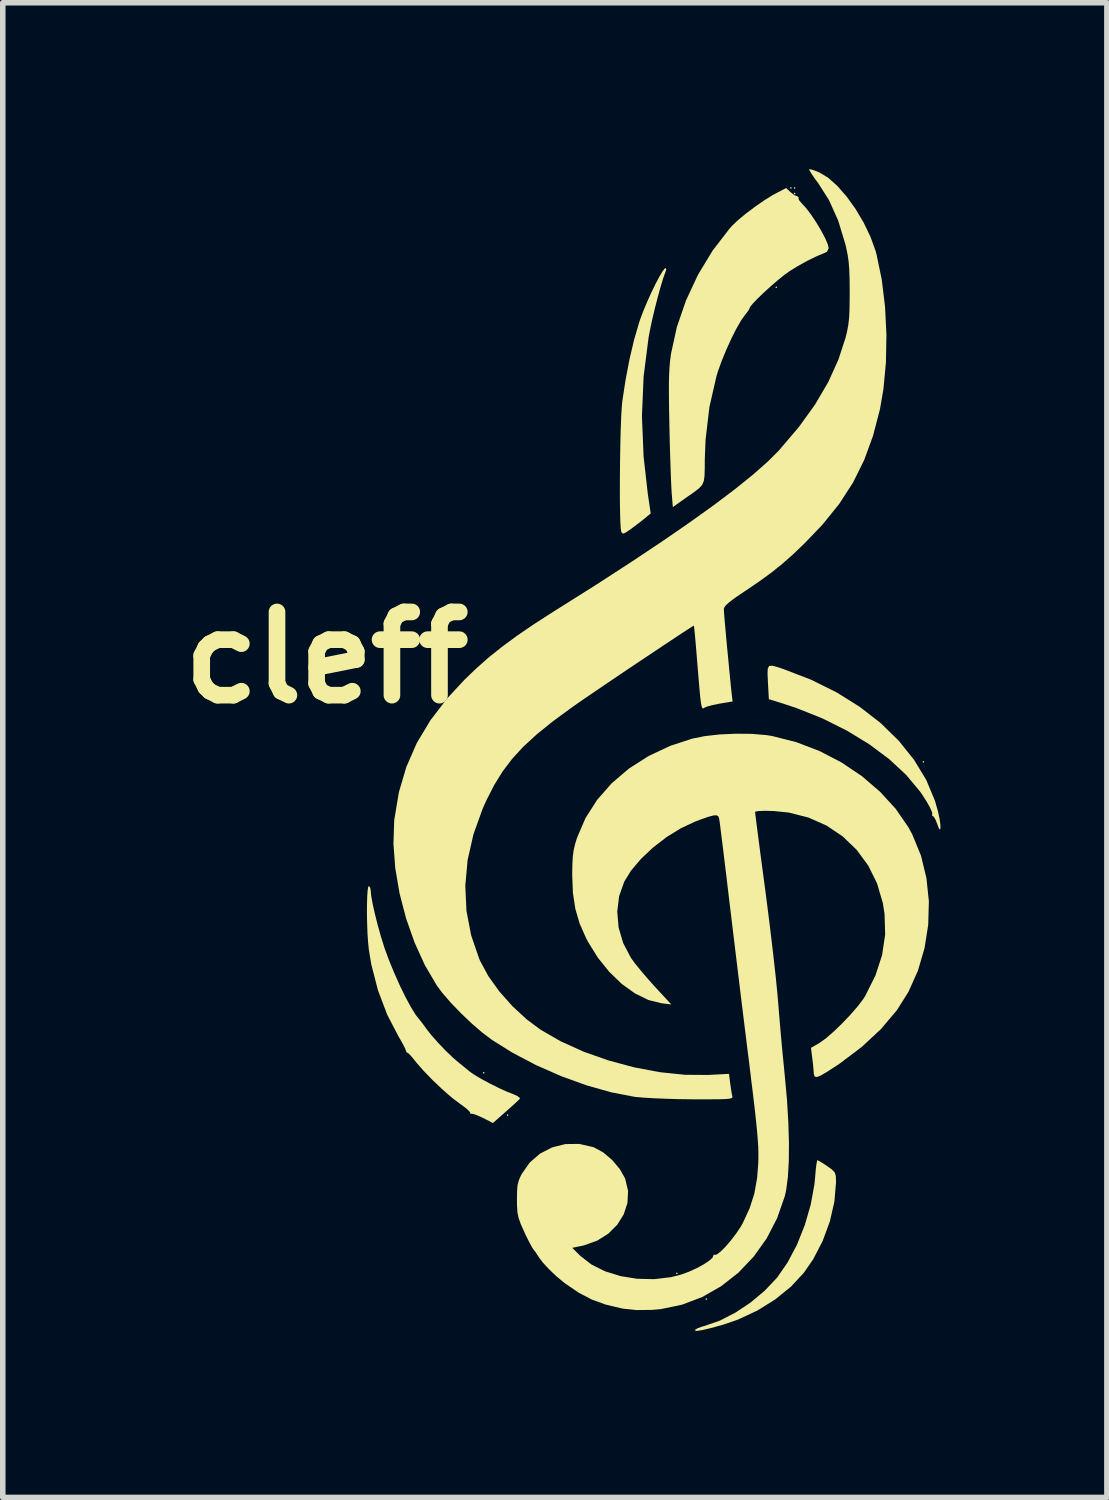
<source format=kicad_pcb>
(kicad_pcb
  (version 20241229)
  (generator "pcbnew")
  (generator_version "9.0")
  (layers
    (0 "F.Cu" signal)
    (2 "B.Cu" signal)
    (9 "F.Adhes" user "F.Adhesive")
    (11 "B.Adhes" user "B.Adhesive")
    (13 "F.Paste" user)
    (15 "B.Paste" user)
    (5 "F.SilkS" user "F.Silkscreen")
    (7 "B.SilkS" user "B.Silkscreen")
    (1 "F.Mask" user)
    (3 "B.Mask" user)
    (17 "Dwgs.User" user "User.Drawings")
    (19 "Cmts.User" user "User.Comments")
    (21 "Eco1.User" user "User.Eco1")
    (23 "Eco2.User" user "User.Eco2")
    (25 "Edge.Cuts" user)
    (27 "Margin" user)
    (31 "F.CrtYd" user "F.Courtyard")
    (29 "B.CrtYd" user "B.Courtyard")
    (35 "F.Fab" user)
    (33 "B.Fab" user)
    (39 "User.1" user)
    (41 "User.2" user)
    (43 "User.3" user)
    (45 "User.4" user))
  (footprint "cleff"
    (layer "F.Cu")
    (at 8.836 10.302)
    (property "Reference" "cleff" (at -6 -1.5 0) (layer "F.SilkS") (effects (font (size 1.5 1.5) (thickness 0.3))))
    (attr board_only exclude_from_pos_files exclude_from_bom)
    (fp_poly (pts (xy -3.15 5.985) (xy -3.167 6.002) (xy -3.183 5.985) (xy -3.167 5.969)) (stroke (width 0) (type solid)) (fill yes) (layer "F.SilkS"))
    (fp_poly (pts (xy -2.719 6.748) (xy -2.736 6.764) (xy -2.752 6.748) (xy -2.736 6.731)) (stroke (width 0) (type solid)) (fill yes) (layer "F.SilkS"))
    (fp_poly (pts (xy 0.332 9.6) (xy 0.315 9.616) (xy 0.298 9.6) (xy 0.315 9.583)) (stroke (width 0) (type solid)) (fill yes) (layer "F.SilkS"))
    (fp_poly (pts (xy 0.862 10.064) (xy 0.846 10.08) (xy 0.829 10.064) (xy 0.846 10.047)) (stroke (width 0) (type solid)) (fill yes) (layer "F.SilkS"))
    (fp_poly (pts (xy 2.122 -8.174) (xy 2.106 -8.157) (xy 2.089 -8.174) (xy 2.106 -8.19)) (stroke (width 0) (type solid)) (fill yes) (layer "F.SilkS"))
    (fp_poly (pts (xy 2.387 -9.964) (xy 2.371 -9.948) (xy 2.354 -9.964) (xy 2.371 -9.981)) (stroke (width 0) (type solid)) (fill yes) (layer "F.SilkS"))
    (fp_poly (pts (xy 2.454 -9.964) (xy 2.437 -9.948) (xy 2.421 -9.964) (xy 2.437 -9.981)) (stroke (width 0) (type solid)) (fill yes) (layer "F.SilkS"))
    (fp_poly (pts (xy 2.454 -9.865) (xy 2.437 -9.848) (xy 2.421 -9.865) (xy 2.437 -9.881)) (stroke (width 0) (type solid)) (fill yes) (layer "F.SilkS"))
    (fp_poly (pts (xy 4.775 0.381) (xy 4.758 0.398) (xy 4.742 0.381) (xy 4.758 0.365)) (stroke (width 0) (type solid)) (fill yes) (layer "F.SilkS"))
    (fp_poly (pts (xy 2.134 -1.326) (xy 2.233 -1.293) (xy 2.732 -1.101) (xy 3.194 -0.872) (xy 3.614 -0.609) (xy 3.99 -0.317) (xy 4.316 0.002) (xy 4.59 0.344) (xy 4.809 0.705) (xy 4.967 1.083) (xy 5.023 1.28) (xy 5.05 1.408) (xy 5.064 1.509) (xy 5.066 1.577) (xy 5.057 1.603) (xy 5.037 1.58) (xy 5.008 1.5) (xy 4.974 1.416) (xy 4.941 1.365) (xy 4.93 1.36) (xy 4.912 1.345) (xy 4.917 1.339) (xy 4.917 1.296) (xy 4.881 1.211) (xy 4.816 1.095) (xy 4.728 0.959) (xy 4.695 0.912) (xy 4.447 0.615) (xy 4.141 0.331) (xy 3.783 0.064) (xy 3.382 -0.181) (xy 2.944 -0.4) (xy 2.476 -0.587) (xy 2.255 -0.661) (xy 1.973 -0.749) (xy 1.956 -1.055) (xy 1.949 -1.207) (xy 1.953 -1.302) (xy 1.978 -1.348) (xy 2.035 -1.353)) (stroke (width 0) (type solid)) (fill yes) (layer "F.SilkS"))
    (fp_poly (pts (xy 2.883 7.578) (xy 2.956 7.622) (xy 3.025 7.668) (xy 3.114 7.732) (xy 3.161 7.783) (xy 3.18 7.846) (xy 3.183 7.945) (xy 3.183 7.96) (xy 3.154 8.307) (xy 3.072 8.665) (xy 2.942 9.018) (xy 2.77 9.349) (xy 2.603 9.59) (xy 2.371 9.84) (xy 2.087 10.07) (xy 1.765 10.271) (xy 1.418 10.433) (xy 1.154 10.524) (xy 0.933 10.585) (xy 0.774 10.623) (xy 0.676 10.638) (xy 0.639 10.63) (xy 0.641 10.62) (xy 0.683 10.592) (xy 0.767 10.561) (xy 0.82 10.546) (xy 1.088 10.453) (xy 1.368 10.309) (xy 1.643 10.126) (xy 1.897 9.914) (xy 2.116 9.683) (xy 2.122 9.676) (xy 2.311 9.403) (xy 2.48 9.083) (xy 2.62 8.731) (xy 2.727 8.363) (xy 2.794 7.997) (xy 2.808 7.851) (xy 2.819 7.721) (xy 2.832 7.622) (xy 2.843 7.567) (xy 2.848 7.56)) (stroke (width 0) (type solid)) (fill yes) (layer "F.SilkS"))
    (fp_poly (pts (xy 0.124 -8.497) (xy 0.114 -8.464) (xy 0.074 -8.354) (xy 0.025 -8.195) (xy -0.028 -8.003) (xy -0.082 -7.794) (xy -0.132 -7.583) (xy -0.173 -7.388) (xy -0.195 -7.27) (xy -0.285 -6.564) (xy -0.315 -5.85) (xy -0.285 -5.121) (xy -0.211 -4.463) (xy -0.157 -4.098) (xy -0.263 -4.009) (xy -0.355 -3.936) (xy -0.467 -3.852) (xy -0.516 -3.815) (xy -0.602 -3.756) (xy -0.65 -3.734) (xy -0.675 -3.745) (xy -0.688 -3.77) (xy -0.697 -3.826) (xy -0.704 -3.939) (xy -0.709 -4.099) (xy -0.712 -4.296) (xy -0.713 -4.52) (xy -0.712 -4.762) (xy -0.71 -5.013) (xy -0.706 -5.261) (xy -0.701 -5.499) (xy -0.694 -5.715) (xy -0.686 -5.901) (xy -0.676 -6.046) (xy -0.669 -6.118) (xy -0.611 -6.499) (xy -0.54 -6.873) (xy -0.458 -7.222) (xy -0.369 -7.528) (xy -0.347 -7.595) (xy -0.29 -7.747) (xy -0.221 -7.911) (xy -0.147 -8.076) (xy -0.072 -8.23) (xy -0.003 -8.362) (xy 0.056 -8.461) (xy 0.098 -8.515) (xy 0.111 -8.522)) (stroke (width 0) (type solid)) (fill yes) (layer "F.SilkS"))
    (fp_poly (pts (xy -5.213 2.648) (xy -5.205 2.694) (xy -5.195 2.796) (xy -5.168 2.945) (xy -5.127 3.127) (xy -5.077 3.325) (xy -5.021 3.525) (xy -4.963 3.712) (xy -4.954 3.739) (xy -4.872 3.962) (xy -4.777 4.192) (xy -4.676 4.418) (xy -4.574 4.626) (xy -4.477 4.805) (xy -4.391 4.943) (xy -4.335 5.014) (xy -4.292 5.067) (xy -4.231 5.149) (xy -4.207 5.184) (xy -4.116 5.3) (xy -3.993 5.44) (xy -3.856 5.584) (xy -3.721 5.713) (xy -3.636 5.786) (xy -3.539 5.865) (xy -3.446 5.941) (xy -3.423 5.961) (xy -3.335 6.022) (xy -3.205 6.099) (xy -3.05 6.182) (xy -2.889 6.262) (xy -2.741 6.329) (xy -2.65 6.364) (xy -2.565 6.401) (xy -2.518 6.436) (xy -2.514 6.451) (xy -2.548 6.486) (xy -2.619 6.552) (xy -2.716 6.639) (xy -2.769 6.686) (xy -3.001 6.89) (xy -3.184 6.797) (xy -3.285 6.751) (xy -3.363 6.725) (xy -3.399 6.723) (xy -3.414 6.724) (xy -3.407 6.715) (xy -3.421 6.685) (xy -3.478 6.63) (xy -3.569 6.562) (xy -3.59 6.547) (xy -3.739 6.435) (xy -3.91 6.286) (xy -4.087 6.118) (xy -4.252 5.948) (xy -4.387 5.793) (xy -4.41 5.763) (xy -4.476 5.683) (xy -4.526 5.633) (xy -4.546 5.622) (xy -4.564 5.608) (xy -4.566 5.594) (xy -4.583 5.548) (xy -4.626 5.463) (xy -4.687 5.356) (xy -4.698 5.339) (xy -4.906 4.939) (xy -5.073 4.499) (xy -5.193 4.033) (xy -5.237 3.769) (xy -5.251 3.636) (xy -5.262 3.475) (xy -5.268 3.3) (xy -5.272 3.122) (xy -5.271 2.954) (xy -5.267 2.808) (xy -5.259 2.696) (xy -5.248 2.631) (xy -5.239 2.62)) (stroke (width 0) (type solid)) (fill yes) (layer "F.SilkS"))
    (fp_poly (pts (xy 2.363 -9.889) (xy 2.429 -9.837) (xy 2.482 -9.815) (xy 2.483 -9.815) (xy 2.51 -9.798) (xy 2.506 -9.786) (xy 2.515 -9.746) (xy 2.557 -9.696) (xy 2.64 -9.606) (xy 2.734 -9.483) (xy 2.829 -9.34) (xy 2.917 -9.193) (xy 2.989 -9.056) (xy 3.037 -8.943) (xy 3.051 -8.878) (xy 3.023 -8.818) (xy 2.993 -8.799) (xy 2.841 -8.737) (xy 2.66 -8.648) (xy 2.474 -8.544) (xy 2.344 -8.463) (xy 2.247 -8.393) (xy 2.131 -8.299) (xy 2.007 -8.192) (xy 1.884 -8.08) (xy 1.775 -7.975) (xy 1.688 -7.885) (xy 1.636 -7.821) (xy 1.625 -7.797) (xy 1.605 -7.756) (xy 1.555 -7.69) (xy 1.541 -7.673) (xy 1.47 -7.573) (xy 1.385 -7.424) (xy 1.294 -7.243) (xy 1.204 -7.044) (xy 1.121 -6.842) (xy 1.053 -6.653) (xy 1.028 -6.57) (xy 0.901 -6.014) (xy 0.832 -5.426) (xy 0.818 -5.083) (xy 0.817 -4.902) (xy 0.813 -4.773) (xy 0.8 -4.681) (xy 0.77 -4.612) (xy 0.716 -4.552) (xy 0.632 -4.486) (xy 0.509 -4.401) (xy 0.461 -4.367) (xy 0.242 -4.212) (xy 0.221 -4.469) (xy 0.215 -4.57) (xy 0.208 -4.726) (xy 0.201 -4.925) (xy 0.193 -5.156) (xy 0.186 -5.408) (xy 0.18 -5.669) (xy 0.18 -5.687) (xy 0.174 -5.991) (xy 0.171 -6.238) (xy 0.171 -6.44) (xy 0.175 -6.605) (xy 0.183 -6.743) (xy 0.194 -6.865) (xy 0.21 -6.98) (xy 0.315 -7.46) (xy 0.48 -7.938) (xy 0.696 -8.401) (xy 0.959 -8.835) (xy 1.261 -9.227) (xy 1.308 -9.28) (xy 1.411 -9.379) (xy 1.554 -9.498) (xy 1.719 -9.622) (xy 1.887 -9.739) (xy 2.041 -9.835) (xy 2.095 -9.864) (xy 2.284 -9.963)) (stroke (width 0) (type solid)) (fill yes) (layer "F.SilkS"))
    (fp_poly (pts (xy 2.734 -10.298) (xy 2.811 -10.273) (xy 2.882 -10.244) (xy 3.042 -10.148) (xy 3.21 -9.998) (xy 3.377 -9.806) (xy 3.538 -9.582) (xy 3.682 -9.338) (xy 3.804 -9.085) (xy 3.895 -8.834) (xy 3.914 -8.765) (xy 4.008 -8.311) (xy 4.067 -7.823) (xy 4.092 -7.319) (xy 4.083 -6.819) (xy 4.038 -6.34) (xy 3.976 -5.979) (xy 3.851 -5.498) (xy 3.691 -5.06) (xy 3.49 -4.654) (xy 3.241 -4.269) (xy 2.939 -3.895) (xy 2.615 -3.557) (xy 2.409 -3.36) (xy 2.22 -3.193) (xy 2.029 -3.039) (xy 1.82 -2.886) (xy 1.573 -2.717) (xy 1.531 -2.69) (xy 1.372 -2.582) (xy 1.263 -2.501) (xy 1.197 -2.441) (xy 1.166 -2.396) (xy 1.161 -2.371) (xy 1.164 -2.32) (xy 1.172 -2.215) (xy 1.185 -2.067) (xy 1.201 -1.889) (xy 1.219 -1.692) (xy 1.239 -1.488) (xy 1.258 -1.288) (xy 1.276 -1.105) (xy 1.291 -0.951) (xy 1.304 -0.836) (xy 1.305 -0.826) (xy 1.319 -0.708) (xy 1.079 -0.668) (xy 0.957 -0.643) (xy 0.859 -0.616) (xy 0.805 -0.593) (xy 0.804 -0.591) (xy 0.788 -0.581) (xy 0.774 -0.588) (xy 0.761 -0.62) (xy 0.749 -0.683) (xy 0.736 -0.785) (xy 0.722 -0.932) (xy 0.705 -1.131) (xy 0.684 -1.388) (xy 0.681 -1.423) (xy 0.665 -1.622) (xy 0.65 -1.797) (xy 0.637 -1.937) (xy 0.627 -2.033) (xy 0.622 -2.074) (xy 0.621 -2.075) (xy 0.593 -2.059) (xy 0.516 -2.01) (xy 0.399 -1.934) (xy 0.248 -1.834) (xy 0.07 -1.716) (xy -0.128 -1.584) (xy -0.339 -1.443) (xy -0.556 -1.298) (xy -0.772 -1.152) (xy -0.98 -1.012) (xy -1.173 -0.88) (xy -1.344 -0.764) (xy -1.486 -0.666) (xy -1.592 -0.591) (xy -1.594 -0.59) (xy -1.931 -0.342) (xy -2.215 -0.112) (xy -2.454 0.108) (xy -2.656 0.328) (xy -2.829 0.557) (xy -2.981 0.803) (xy -3.119 1.075) (xy -3.185 1.222) (xy -3.352 1.686) (xy -3.457 2.15) (xy -3.499 2.612) (xy -3.478 3.066) (xy -3.393 3.509) (xy -3.246 3.936) (xy -3.231 3.97) (xy -3.084 4.242) (xy -2.886 4.518) (xy -2.65 4.784) (xy -2.389 5.025) (xy -2.143 5.208) (xy -1.779 5.418) (xy -1.368 5.604) (xy -0.923 5.761) (xy -0.46 5.886) (xy 0.005 5.974) (xy 0.459 6.021) (xy 0.886 6.024) (xy 0.901 6.023) (xy 1.254 6.004) (xy 1.276 6.177) (xy 1.292 6.288) (xy 1.307 6.377) (xy 1.314 6.408) (xy 1.316 6.427) (xy 1.303 6.441) (xy 1.267 6.451) (xy 1.202 6.458) (xy 1.098 6.462) (xy 0.949 6.463) (xy 0.746 6.463) (xy 0.591 6.463) (xy 0.354 6.46) (xy 0.118 6.453) (xy -0.1 6.444) (xy -0.285 6.433) (xy -0.424 6.421) (xy -0.448 6.418) (xy -0.869 6.337) (xy -1.315 6.211) (xy -1.771 6.046) (xy -2.221 5.848) (xy -2.649 5.623) (xy -3.017 5.393) (xy -3.192 5.261) (xy -3.385 5.095) (xy -3.579 4.91) (xy -3.761 4.721) (xy -3.915 4.543) (xy -4.011 4.414) (xy -4.227 4.047) (xy -4.413 3.638) (xy -4.567 3.201) (xy -4.684 2.751) (xy -4.761 2.299) (xy -4.794 1.862) (xy -4.781 1.451) (xy -4.777 1.411) (xy -4.696 0.927) (xy -4.562 0.473) (xy -4.374 0.042) (xy -4.127 -0.37) (xy -3.819 -0.771) (xy -3.517 -1.096) (xy -3.3 -1.305) (xy -3.078 -1.501) (xy -2.839 -1.692) (xy -2.575 -1.887) (xy -2.275 -2.092) (xy -1.928 -2.316) (xy -1.818 -2.385) (xy -1.142 -2.811) (xy -0.525 -3.211) (xy 0.034 -3.583) (xy 0.535 -3.928) (xy 0.978 -4.245) (xy 1.362 -4.535) (xy 1.686 -4.796) (xy 1.951 -5.03) (xy 2.157 -5.236) (xy 2.163 -5.243) (xy 2.516 -5.658) (xy 2.808 -6.064) (xy 3.044 -6.467) (xy 3.228 -6.874) (xy 3.355 -7.264) (xy 3.384 -7.383) (xy 3.405 -7.496) (xy 3.419 -7.618) (xy 3.426 -7.765) (xy 3.429 -7.953) (xy 3.43 -8.091) (xy 3.428 -8.316) (xy 3.422 -8.491) (xy 3.411 -8.635) (xy 3.392 -8.763) (xy 3.365 -8.894) (xy 3.351 -8.952) (xy 3.222 -9.377) (xy 3.056 -9.746) (xy 2.867 -10.043) (xy 2.788 -10.151) (xy 2.73 -10.238) (xy 2.7 -10.292) (xy 2.698 -10.302)) (stroke (width 0) (type solid)) (fill yes) (layer "F.SilkS"))
    (fp_poly (pts (xy 1.668 -0.124) (xy 1.926 -0.102) (xy 2.033 -0.085) (xy 2.466 0.025) (xy 2.885 0.185) (xy 3.282 0.391) (xy 3.648 0.637) (xy 3.976 0.918) (xy 4.259 1.227) (xy 4.488 1.559) (xy 4.559 1.691) (xy 4.715 2.072) (xy 4.813 2.476) (xy 4.857 2.895) (xy 4.845 3.318) (xy 4.779 3.738) (xy 4.66 4.144) (xy 4.489 4.526) (xy 4.282 4.855) (xy 3.996 5.194) (xy 3.651 5.516) (xy 3.243 5.824) (xy 3.031 5.962) (xy 2.913 6.032) (xy 2.839 6.062) (xy 2.799 6.053) (xy 2.783 6.008) (xy 2.783 5.994) (xy 2.777 5.92) (xy 2.766 5.809) (xy 2.756 5.728) (xy 2.732 5.536) (xy 2.883 5.448) (xy 2.996 5.368) (xy 3.135 5.248) (xy 3.286 5.103) (xy 3.435 4.947) (xy 3.569 4.794) (xy 3.673 4.657) (xy 3.709 4.601) (xy 3.894 4.231) (xy 4.014 3.863) (xy 4.069 3.494) (xy 4.058 3.123) (xy 4.027 2.925) (xy 3.923 2.571) (xy 3.764 2.25) (xy 3.556 1.967) (xy 3.304 1.725) (xy 3.013 1.529) (xy 2.688 1.385) (xy 2.336 1.295) (xy 2.064 1.267) (xy 1.901 1.263) (xy 1.787 1.267) (xy 1.73 1.278) (xy 1.724 1.285) (xy 1.729 1.324) (xy 1.741 1.422) (xy 1.76 1.571) (xy 1.785 1.765) (xy 1.815 1.996) (xy 1.85 2.258) (xy 1.888 2.544) (xy 1.907 2.685) (xy 1.949 3.01) (xy 1.991 3.343) (xy 2.03 3.67) (xy 2.066 3.98) (xy 2.097 4.262) (xy 2.121 4.502) (xy 2.138 4.69) (xy 2.139 4.703) (xy 2.16 4.958) (xy 2.185 5.253) (xy 2.213 5.56) (xy 2.242 5.855) (xy 2.261 6.052) (xy 2.3 6.479) (xy 2.324 6.882) (xy 2.335 7.253) (xy 2.332 7.585) (xy 2.315 7.871) (xy 2.284 8.103) (xy 2.261 8.207) (xy 2.122 8.605) (xy 1.933 8.971) (xy 1.698 9.3) (xy 1.423 9.589) (xy 1.113 9.832) (xy 0.773 10.026) (xy 0.408 10.165) (xy 0.025 10.245) (xy -0.137 10.259) (xy -0.41 10.262) (xy -0.651 10.237) (xy -0.68 10.232) (xy -0.97 10.163) (xy -1.22 10.072) (xy -1.455 9.949) (xy -1.698 9.783) (xy -1.724 9.763) (xy -1.858 9.652) (xy -1.988 9.528) (xy -2.1 9.407) (xy -2.177 9.305) (xy -2.189 9.284) (xy -2.238 9.21) (xy -2.264 9.179) (xy -2.296 9.131) (xy -2.346 9.038) (xy -2.407 8.917) (xy -2.436 8.854) (xy -2.499 8.712) (xy -2.538 8.603) (xy -2.559 8.502) (xy -2.567 8.381) (xy -2.568 8.273) (xy -2.566 8.12) (xy -2.557 8.01) (xy -2.534 7.923) (xy -2.496 7.836) (xy -2.482 7.809) (xy -2.338 7.603) (xy -2.152 7.442) (xy -1.934 7.33) (xy -1.696 7.27) (xy -1.446 7.267) (xy -1.196 7.324) (xy -1.182 7.329) (xy -1.015 7.419) (xy -0.853 7.556) (xy -0.715 7.719) (xy -0.619 7.889) (xy -0.615 7.901) (xy -0.565 8.116) (xy -0.576 8.331) (xy -0.643 8.536) (xy -0.759 8.723) (xy -0.92 8.884) (xy -1.12 9.01) (xy -1.354 9.094) (xy -1.391 9.103) (xy -1.571 9.14) (xy -1.429 9.282) (xy -1.228 9.439) (xy -0.981 9.563) (xy -0.701 9.65) (xy -0.402 9.698) (xy -0.094 9.705) (xy 0.209 9.669) (xy 0.398 9.62) (xy 0.534 9.57) (xy 0.672 9.507) (xy 0.797 9.439) (xy 0.896 9.373) (xy 0.957 9.319) (xy 0.969 9.288) (xy 0.98 9.263) (xy 0.995 9.268) (xy 1.037 9.258) (xy 1.107 9.204) (xy 1.194 9.117) (xy 1.288 9.007) (xy 1.381 8.886) (xy 1.462 8.765) (xy 1.502 8.696) (xy 1.627 8.425) (xy 1.711 8.162) (xy 1.761 7.882) (xy 1.781 7.627) (xy 1.784 7.53) (xy 1.784 7.43) (xy 1.781 7.321) (xy 1.773 7.196) (xy 1.761 7.047) (xy 1.743 6.868) (xy 1.72 6.651) (xy 1.689 6.391) (xy 1.651 6.081) (xy 1.606 5.712) (xy 1.596 5.637) (xy 1.549 5.257) (xy 1.498 4.846) (xy 1.446 4.42) (xy 1.394 3.993) (xy 1.344 3.582) (xy 1.298 3.2) (xy 1.257 2.863) (xy 1.244 2.752) (xy 1.21 2.466) (xy 1.177 2.198) (xy 1.148 1.956) (xy 1.122 1.749) (xy 1.101 1.582) (xy 1.086 1.465) (xy 1.077 1.405) (xy 1.076 1.401) (xy 1.061 1.362) (xy 1.031 1.344) (xy 0.976 1.346) (xy 0.886 1.37) (xy 0.75 1.417) (xy 0.642 1.458) (xy 0.386 1.578) (xy 0.13 1.736) (xy -0.114 1.924) (xy -0.331 2.128) (xy -0.51 2.339) (xy -0.633 2.538) (xy -0.726 2.8) (xy -0.76 3.08) (xy -0.736 3.365) (xy -0.654 3.645) (xy -0.516 3.909) (xy -0.506 3.924) (xy -0.434 4.022) (xy -0.329 4.151) (xy -0.207 4.293) (xy -0.084 4.431) (xy 0.214 4.753) (xy 0.039 4.732) (xy -0.199 4.673) (xy -0.441 4.554) (xy -0.678 4.384) (xy -0.903 4.167) (xy -1.109 3.911) (xy -1.288 3.623) (xy -1.322 3.558) (xy -1.439 3.292) (xy -1.516 3.028) (xy -1.559 2.745) (xy -1.572 2.422) (xy -1.572 2.421) (xy -1.569 2.23) (xy -1.561 2.086) (xy -1.545 1.968) (xy -1.518 1.855) (xy -1.485 1.749) (xy -1.333 1.395) (xy -1.123 1.066) (xy -0.86 0.766) (xy -0.549 0.501) (xy -0.195 0.275) (xy 0.197 0.091) (xy 0.591 -0.038) (xy 0.821 -0.084) (xy 1.092 -0.114) (xy 1.382 -0.127)) (stroke (width 0) (type solid)) (fill yes) (layer "F.SilkS")))
  (gr_rect
    (start -3 -3)
    (end 16.902 23.941)
    (stroke (width 0.1) (type default))
    (fill no)
    (layer "Edge.Cuts")))
</source>
